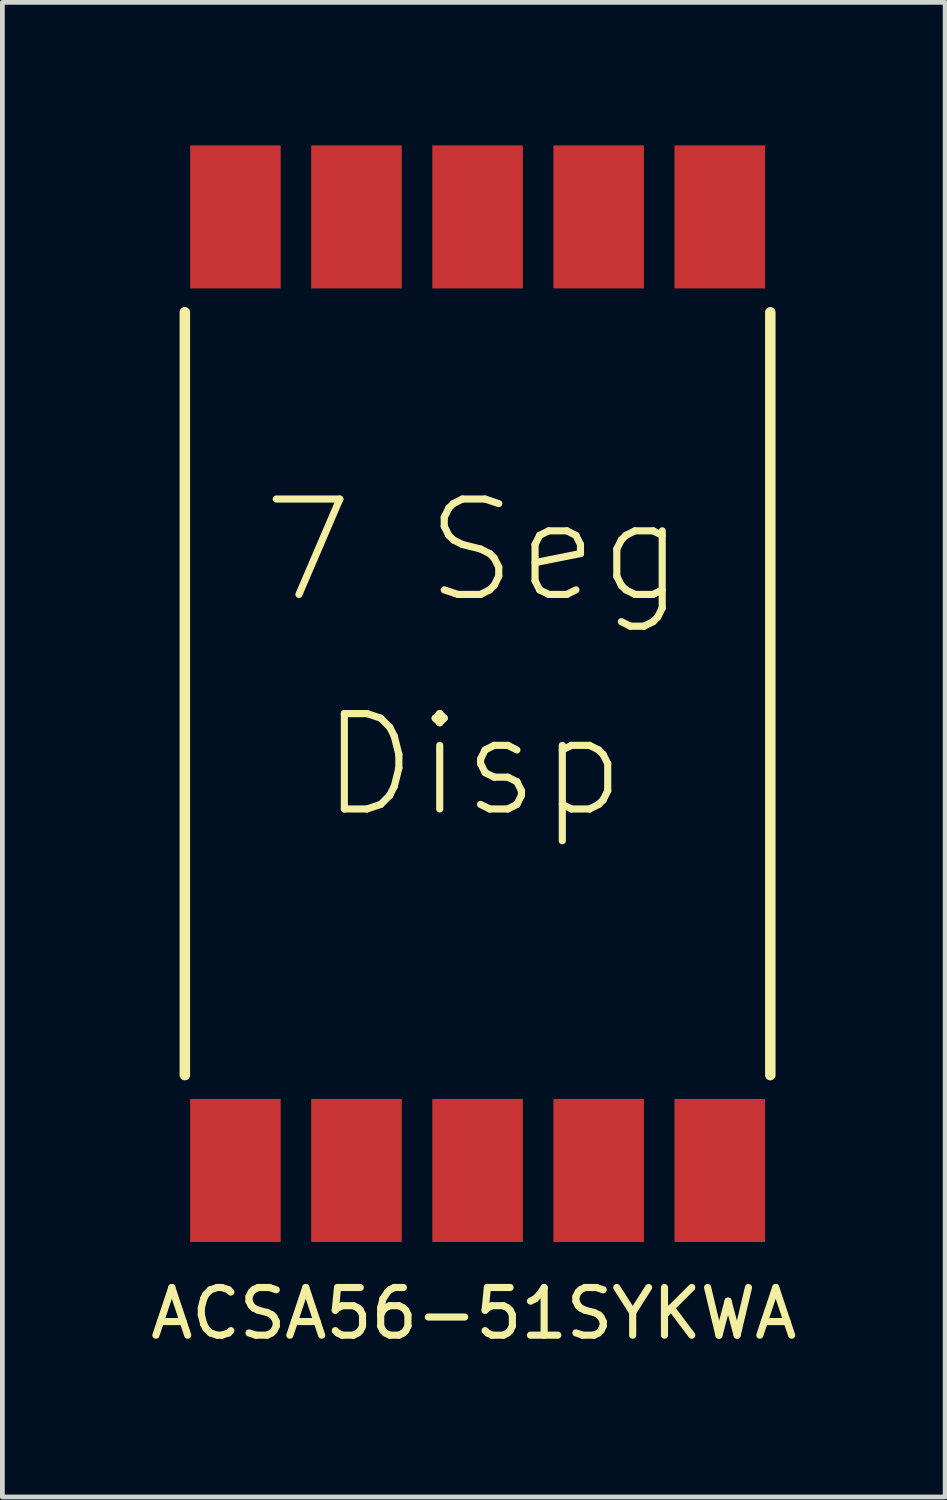
<source format=kicad_pcb>
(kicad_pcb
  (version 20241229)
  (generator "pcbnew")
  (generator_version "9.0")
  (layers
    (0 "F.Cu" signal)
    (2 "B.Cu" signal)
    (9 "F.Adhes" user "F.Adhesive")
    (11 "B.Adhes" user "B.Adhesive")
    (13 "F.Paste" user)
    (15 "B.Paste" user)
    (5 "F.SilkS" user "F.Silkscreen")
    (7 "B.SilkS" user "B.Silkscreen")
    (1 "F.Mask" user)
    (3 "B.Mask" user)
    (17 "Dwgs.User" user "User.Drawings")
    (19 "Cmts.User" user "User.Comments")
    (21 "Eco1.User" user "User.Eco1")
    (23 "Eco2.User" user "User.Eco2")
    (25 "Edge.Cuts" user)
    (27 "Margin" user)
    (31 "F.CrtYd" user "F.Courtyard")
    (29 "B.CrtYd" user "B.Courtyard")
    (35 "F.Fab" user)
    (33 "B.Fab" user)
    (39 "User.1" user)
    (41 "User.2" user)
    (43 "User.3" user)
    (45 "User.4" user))
  (footprint "ACSA56-51SYKWA"
    (layer "F.Cu")
    (at 1.887 1.5)
    (property "Reference" "ACSA56-51SYKWA" (at 5 23 0) (layer "F.SilkS") (effects (font (size 1 1) (thickness 0.15))))
    (attr through_hole)
    (fp_line (start -1.06 2) (end -1.06 18) (stroke (width 0.22) (type solid)) (layer "F.SilkS"))
    (fp_line (start 11.22 2) (end 11.22 18) (stroke (width 0.22) (type solid)) (layer "F.SilkS"))
    (fp_text user "7 Seg" (at 5 7 0) (layer "F.SilkS") (effects (font (size 2 2) (thickness 0.15))))
    (fp_text user "Disp" (at 5 11.5 0) (layer "F.SilkS") (effects (font (size 2 2) (thickness 0.15))))
    (pad "1" smd rect (at 0 20) (size 1.9 3) (layers "F.Cu" "F.Mask" "F.Paste"))
    (pad "2" smd rect (at 2.54 20) (size 1.9 3) (layers "F.Cu" "F.Mask" "F.Paste"))
    (pad "3" smd rect (at 5.08 20) (size 1.9 3) (layers "F.Cu" "F.Mask" "F.Paste"))
    (pad "4" smd rect (at 7.62 20) (size 1.9 3) (layers "F.Cu" "F.Mask" "F.Paste"))
    (pad "5" smd rect (at 10.16 20) (size 1.9 3) (layers "F.Cu" "F.Mask" "F.Paste"))
    (pad "6" smd rect (at 10.16 0) (size 1.9 3) (layers "F.Cu" "F.Mask" "F.Paste"))
    (pad "7" smd rect (at 7.62 0) (size 1.9 3) (layers "F.Cu" "F.Mask" "F.Paste"))
    (pad "8" smd rect (at 5.08 0) (size 1.9 3) (layers "F.Cu" "F.Mask" "F.Paste"))
    (pad "9" smd rect (at 2.54 0) (size 1.9 3) (layers "F.Cu" "F.Mask" "F.Paste"))
    (pad "10" smd rect (at 0 0) (size 1.9 3) (layers "F.Cu" "F.Mask" "F.Paste")))
  (gr_rect
    (start -3 -3)
    (end 16.774 28.348)
    (stroke (width 0.1) (type default))
    (fill no)
    (layer "Edge.Cuts")))
</source>
